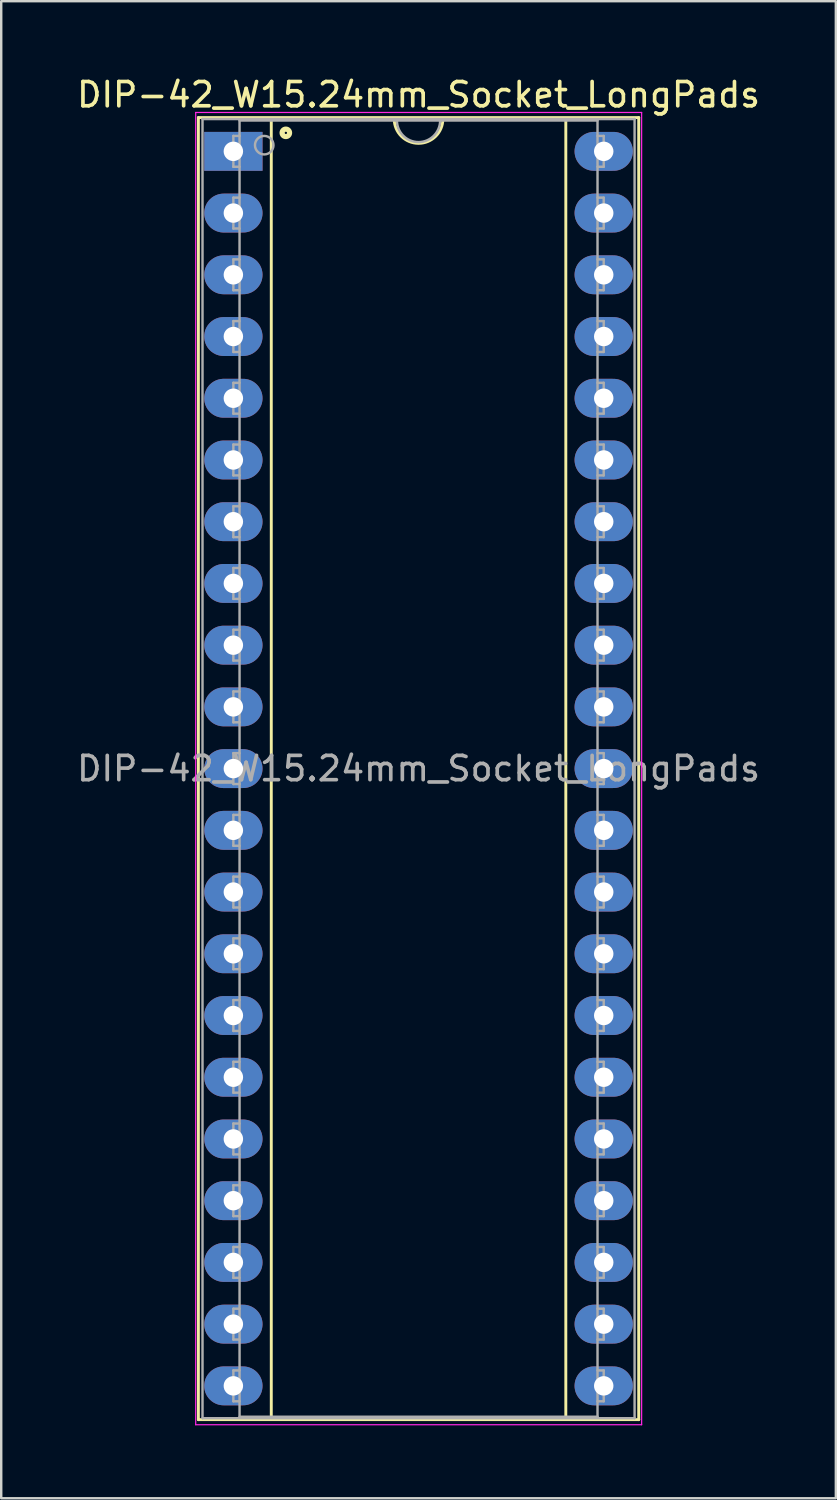
<source format=kicad_pcb>
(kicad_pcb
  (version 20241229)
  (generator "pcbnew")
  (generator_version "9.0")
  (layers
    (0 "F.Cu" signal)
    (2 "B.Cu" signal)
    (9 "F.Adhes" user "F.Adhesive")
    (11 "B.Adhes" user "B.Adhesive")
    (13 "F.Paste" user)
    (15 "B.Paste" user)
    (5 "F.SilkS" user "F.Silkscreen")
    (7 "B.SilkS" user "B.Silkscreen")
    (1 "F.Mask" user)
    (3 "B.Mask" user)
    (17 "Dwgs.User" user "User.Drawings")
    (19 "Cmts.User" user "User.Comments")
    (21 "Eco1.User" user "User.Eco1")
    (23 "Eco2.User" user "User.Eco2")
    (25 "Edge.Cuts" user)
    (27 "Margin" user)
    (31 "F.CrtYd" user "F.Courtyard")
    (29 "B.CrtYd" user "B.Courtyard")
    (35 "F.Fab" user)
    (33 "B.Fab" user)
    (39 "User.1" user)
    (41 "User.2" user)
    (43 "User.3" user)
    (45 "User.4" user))
  (footprint "DIP-42_W15.24mm_Socket_LongPads"
    (layer "F.Cu")
    (at 6.553 3.178)
    (property "Reference" "DIP-42_W15.24mm_Socket_LongPads" (at 7.62 -2.33 0) (layer "F.SilkS") (effects (font (size 1 1) (thickness 0.15))))
    (attr through_hole)
    (fp_line (start -1.44 -1.39) (end -1.44 52.19) (stroke (width 0.12) (type solid)) (layer "F.SilkS"))
    (fp_line (start -1.44 52.19) (end 16.68 52.19) (stroke (width 0.12) (type solid)) (layer "F.SilkS"))
    (fp_line (start 1.56 -1.33) (end 1.56 52.13) (stroke (width 0.12) (type solid)) (layer "F.SilkS"))
    (fp_line (start 1.56 52.13) (end 13.68 52.13) (stroke (width 0.12) (type solid)) (layer "F.SilkS"))
    (fp_line (start 6.62 -1.33) (end 1.56 -1.33) (stroke (width 0.12) (type solid)) (layer "F.SilkS"))
    (fp_line (start 13.68 -1.33) (end 8.62 -1.33) (stroke (width 0.12) (type solid)) (layer "F.SilkS"))
    (fp_line (start 13.68 52.13) (end 13.68 -1.33) (stroke (width 0.12) (type solid)) (layer "F.SilkS"))
    (fp_line (start 16.68 -1.39) (end -1.44 -1.39) (stroke (width 0.12) (type solid)) (layer "F.SilkS"))
    (fp_line (start 16.68 52.19) (end 16.68 -1.39) (stroke (width 0.12) (type solid)) (layer "F.SilkS"))
    (fp_arc (start 8.62 -1.33) (mid 7.62 -0.33) (end 6.62 -1.33) (stroke (width 0.12) (type solid)) (layer "F.SilkS"))
    (fp_circle (center 2.159 -0.762) (end 2.209 -0.762) (stroke (width 0.12) (type solid)) (fill no) (layer "F.SilkS"))
    (fp_circle (center 2.159 -0.762) (end 2.284 -0.762) (stroke (width 0.12) (type solid)) (fill no) (layer "F.SilkS"))
    (fp_circle (center 2.159 -0.762) (end 2.359 -0.762) (stroke (width 0.12) (type solid)) (fill no) (layer "F.SilkS"))
    (fp_line (start -1.55 -1.6) (end -1.55 52.4) (stroke (width 0.05) (type solid)) (layer "F.CrtYd"))
    (fp_line (start -1.55 52.4) (end 16.8 52.4) (stroke (width 0.05) (type solid)) (layer "F.CrtYd"))
    (fp_line (start 16.8 -1.6) (end -1.55 -1.6) (stroke (width 0.05) (type solid)) (layer "F.CrtYd"))
    (fp_line (start 16.8 52.4) (end 16.8 -1.6) (stroke (width 0.05) (type solid)) (layer "F.CrtYd"))
    (fp_line (start -1.27 -1.33) (end -1.27 52.13) (stroke (width 0.1) (type solid)) (layer "F.Fab"))
    (fp_line (start -1.27 52.13) (end 16.51 52.13) (stroke (width 0.1) (type solid)) (layer "F.Fab"))
    (fp_line (start 0 -0.635) (end 0 0.635) (stroke (width 0.1) (type solid)) (layer "F.Fab"))
    (fp_line (start 0 -0.635) (end 0.254 -0.635) (stroke (width 0.1) (type solid)) (layer "F.Fab"))
    (fp_line (start 0 0.635) (end 0.254 0.635) (stroke (width 0.1) (type solid)) (layer "F.Fab"))
    (fp_line (start 0 1.905) (end 0 3.175) (stroke (width 0.1) (type solid)) (layer "F.Fab"))
    (fp_line (start 0 1.905) (end 0.254 1.905) (stroke (width 0.1) (type solid)) (layer "F.Fab"))
    (fp_line (start 0 3.175) (end 0.254 3.175) (stroke (width 0.1) (type solid)) (layer "F.Fab"))
    (fp_line (start 0 4.445) (end 0 5.715) (stroke (width 0.1) (type solid)) (layer "F.Fab"))
    (fp_line (start 0 4.445) (end 0.254 4.445) (stroke (width 0.1) (type solid)) (layer "F.Fab"))
    (fp_line (start 0 5.715) (end 0.254 5.715) (stroke (width 0.1) (type solid)) (layer "F.Fab"))
    (fp_line (start 0 6.985) (end 0 8.255) (stroke (width 0.1) (type solid)) (layer "F.Fab"))
    (fp_line (start 0 6.985) (end 0.254 6.985) (stroke (width 0.1) (type solid)) (layer "F.Fab"))
    (fp_line (start 0 8.255) (end 0.254 8.255) (stroke (width 0.1) (type solid)) (layer "F.Fab"))
    (fp_line (start 0 9.525) (end 0 10.795) (stroke (width 0.1) (type solid)) (layer "F.Fab"))
    (fp_line (start 0 9.525) (end 0.254 9.525) (stroke (width 0.1) (type solid)) (layer "F.Fab"))
    (fp_line (start 0 10.795) (end 0.254 10.795) (stroke (width 0.1) (type solid)) (layer "F.Fab"))
    (fp_line (start 0 12.065) (end 0 13.335) (stroke (width 0.1) (type solid)) (layer "F.Fab"))
    (fp_line (start 0 12.065) (end 0.254 12.065) (stroke (width 0.1) (type solid)) (layer "F.Fab"))
    (fp_line (start 0 13.335) (end 0.254 13.335) (stroke (width 0.1) (type solid)) (layer "F.Fab"))
    (fp_line (start 0 14.605) (end 0 15.875) (stroke (width 0.1) (type solid)) (layer "F.Fab"))
    (fp_line (start 0 14.605) (end 0.254 14.605) (stroke (width 0.1) (type solid)) (layer "F.Fab"))
    (fp_line (start 0 15.875) (end 0.254 15.875) (stroke (width 0.1) (type solid)) (layer "F.Fab"))
    (fp_line (start 0 17.145) (end 0 18.415) (stroke (width 0.1) (type solid)) (layer "F.Fab"))
    (fp_line (start 0 17.145) (end 0.254 17.145) (stroke (width 0.1) (type solid)) (layer "F.Fab"))
    (fp_line (start 0 18.415) (end 0.254 18.415) (stroke (width 0.1) (type solid)) (layer "F.Fab"))
    (fp_line (start 0 19.685) (end 0 20.955) (stroke (width 0.1) (type solid)) (layer "F.Fab"))
    (fp_line (start 0 19.685) (end 0.254 19.685) (stroke (width 0.1) (type solid)) (layer "F.Fab"))
    (fp_line (start 0 20.955) (end 0.254 20.955) (stroke (width 0.1) (type solid)) (layer "F.Fab"))
    (fp_line (start 0 22.225) (end 0 23.495) (stroke (width 0.1) (type solid)) (layer "F.Fab"))
    (fp_line (start 0 22.225) (end 0.254 22.225) (stroke (width 0.1) (type solid)) (layer "F.Fab"))
    (fp_line (start 0 23.495) (end 0.254 23.495) (stroke (width 0.1) (type solid)) (layer "F.Fab"))
    (fp_line (start 0 24.765) (end 0 26.035) (stroke (width 0.1) (type solid)) (layer "F.Fab"))
    (fp_line (start 0 24.765) (end 0.254 24.765) (stroke (width 0.1) (type solid)) (layer "F.Fab"))
    (fp_line (start 0 26.035) (end 0.254 26.035) (stroke (width 0.1) (type solid)) (layer "F.Fab"))
    (fp_line (start 0 27.305) (end 0 28.575) (stroke (width 0.1) (type solid)) (layer "F.Fab"))
    (fp_line (start 0 27.305) (end 0.254 27.305) (stroke (width 0.1) (type solid)) (layer "F.Fab"))
    (fp_line (start 0 28.575) (end 0.254 28.575) (stroke (width 0.1) (type solid)) (layer "F.Fab"))
    (fp_line (start 0 29.845) (end 0 31.115) (stroke (width 0.1) (type solid)) (layer "F.Fab"))
    (fp_line (start 0 29.845) (end 0.254 29.845) (stroke (width 0.1) (type solid)) (layer "F.Fab"))
    (fp_line (start 0 31.115) (end 0.254 31.115) (stroke (width 0.1) (type solid)) (layer "F.Fab"))
    (fp_line (start 0 32.385) (end 0 33.655) (stroke (width 0.1) (type solid)) (layer "F.Fab"))
    (fp_line (start 0 32.385) (end 0.254 32.385) (stroke (width 0.1) (type solid)) (layer "F.Fab"))
    (fp_line (start 0 33.655) (end 0.254 33.655) (stroke (width 0.1) (type solid)) (layer "F.Fab"))
    (fp_line (start 0 34.925) (end 0 36.195) (stroke (width 0.1) (type solid)) (layer "F.Fab"))
    (fp_line (start 0 34.925) (end 0.254 34.925) (stroke (width 0.1) (type solid)) (layer "F.Fab"))
    (fp_line (start 0 36.195) (end 0.254 36.195) (stroke (width 0.1) (type solid)) (layer "F.Fab"))
    (fp_line (start 0 37.465) (end 0 38.735) (stroke (width 0.1) (type solid)) (layer "F.Fab"))
    (fp_line (start 0 37.465) (end 0.254 37.465) (stroke (width 0.1) (type solid)) (layer "F.Fab"))
    (fp_line (start 0 38.735) (end 0.254 38.735) (stroke (width 0.1) (type solid)) (layer "F.Fab"))
    (fp_line (start 0 40.005) (end 0 41.275) (stroke (width 0.1) (type solid)) (layer "F.Fab"))
    (fp_line (start 0 40.005) (end 0.254 40.005) (stroke (width 0.1) (type solid)) (layer "F.Fab"))
    (fp_line (start 0 41.275) (end 0.254 41.275) (stroke (width 0.1) (type solid)) (layer "F.Fab"))
    (fp_line (start 0 42.545) (end 0 43.815) (stroke (width 0.1) (type solid)) (layer "F.Fab"))
    (fp_line (start 0 42.545) (end 0.254 42.545) (stroke (width 0.1) (type solid)) (layer "F.Fab"))
    (fp_line (start 0 43.815) (end 0.254 43.815) (stroke (width 0.1) (type solid)) (layer "F.Fab"))
    (fp_line (start 0 45.085) (end 0 46.355) (stroke (width 0.1) (type solid)) (layer "F.Fab"))
    (fp_line (start 0 45.085) (end 0.254 45.085) (stroke (width 0.1) (type solid)) (layer "F.Fab"))
    (fp_line (start 0 46.355) (end 0.254 46.355) (stroke (width 0.1) (type solid)) (layer "F.Fab"))
    (fp_line (start 0 47.625) (end 0 48.895) (stroke (width 0.1) (type solid)) (layer "F.Fab"))
    (fp_line (start 0 47.625) (end 0.254 47.625) (stroke (width 0.1) (type solid)) (layer "F.Fab"))
    (fp_line (start 0 48.895) (end 0.254 48.895) (stroke (width 0.1) (type solid)) (layer "F.Fab"))
    (fp_line (start 0 50.165) (end 0 51.435) (stroke (width 0.1) (type solid)) (layer "F.Fab"))
    (fp_line (start 0 50.165) (end 0.254 50.165) (stroke (width 0.1) (type solid)) (layer "F.Fab"))
    (fp_line (start 0 51.435) (end 0.254 51.435) (stroke (width 0.1) (type solid)) (layer "F.Fab"))
    (fp_line (start 0.254 -1.27) (end 14.985 -1.27) (stroke (width 0.1) (type solid)) (layer "F.Fab"))
    (fp_line (start 0.255 52.07) (end 0.254 -1.27) (stroke (width 0.1) (type solid)) (layer "F.Fab"))
    (fp_line (start 14.985 -1.27) (end 14.985 52.07) (stroke (width 0.1) (type solid)) (layer "F.Fab"))
    (fp_line (start 14.985 52.07) (end 0.255 52.07) (stroke (width 0.1) (type solid)) (layer "F.Fab"))
    (fp_line (start 15.24 -0.635) (end 14.986 -0.635) (stroke (width 0.1) (type solid)) (layer "F.Fab"))
    (fp_line (start 15.24 0.635) (end 14.986 0.635) (stroke (width 0.1) (type solid)) (layer "F.Fab"))
    (fp_line (start 15.24 0.635) (end 15.24 -0.635) (stroke (width 0.1) (type solid)) (layer "F.Fab"))
    (fp_line (start 15.24 1.905) (end 14.986 1.905) (stroke (width 0.1) (type solid)) (layer "F.Fab"))
    (fp_line (start 15.24 3.175) (end 14.986 3.175) (stroke (width 0.1) (type solid)) (layer "F.Fab"))
    (fp_line (start 15.24 3.175) (end 15.24 1.905) (stroke (width 0.1) (type solid)) (layer "F.Fab"))
    (fp_line (start 15.24 4.445) (end 14.986 4.445) (stroke (width 0.1) (type solid)) (layer "F.Fab"))
    (fp_line (start 15.24 5.715) (end 14.986 5.715) (stroke (width 0.1) (type solid)) (layer "F.Fab"))
    (fp_line (start 15.24 5.715) (end 15.24 4.445) (stroke (width 0.1) (type solid)) (layer "F.Fab"))
    (fp_line (start 15.24 6.985) (end 14.986 6.985) (stroke (width 0.1) (type solid)) (layer "F.Fab"))
    (fp_line (start 15.24 8.255) (end 14.986 8.255) (stroke (width 0.1) (type solid)) (layer "F.Fab"))
    (fp_line (start 15.24 8.255) (end 15.24 6.985) (stroke (width 0.1) (type solid)) (layer "F.Fab"))
    (fp_line (start 15.24 9.525) (end 14.986 9.525) (stroke (width 0.1) (type solid)) (layer "F.Fab"))
    (fp_line (start 15.24 10.795) (end 14.986 10.795) (stroke (width 0.1) (type solid)) (layer "F.Fab"))
    (fp_line (start 15.24 10.795) (end 15.24 9.525) (stroke (width 0.1) (type solid)) (layer "F.Fab"))
    (fp_line (start 15.24 12.065) (end 14.986 12.065) (stroke (width 0.1) (type solid)) (layer "F.Fab"))
    (fp_line (start 15.24 13.335) (end 14.986 13.335) (stroke (width 0.1) (type solid)) (layer "F.Fab"))
    (fp_line (start 15.24 13.335) (end 15.24 12.065) (stroke (width 0.1) (type solid)) (layer "F.Fab"))
    (fp_line (start 15.24 14.605) (end 14.986 14.605) (stroke (width 0.1) (type solid)) (layer "F.Fab"))
    (fp_line (start 15.24 15.875) (end 14.986 15.875) (stroke (width 0.1) (type solid)) (layer "F.Fab"))
    (fp_line (start 15.24 15.875) (end 15.24 14.605) (stroke (width 0.1) (type solid)) (layer "F.Fab"))
    (fp_line (start 15.24 17.145) (end 14.986 17.145) (stroke (width 0.1) (type solid)) (layer "F.Fab"))
    (fp_line (start 15.24 18.415) (end 14.986 18.415) (stroke (width 0.1) (type solid)) (layer "F.Fab"))
    (fp_line (start 15.24 18.415) (end 15.24 17.145) (stroke (width 0.1) (type solid)) (layer "F.Fab"))
    (fp_line (start 15.24 19.685) (end 14.986 19.685) (stroke (width 0.1) (type solid)) (layer "F.Fab"))
    (fp_line (start 15.24 20.955) (end 14.986 20.955) (stroke (width 0.1) (type solid)) (layer "F.Fab"))
    (fp_line (start 15.24 20.955) (end 15.24 19.685) (stroke (width 0.1) (type solid)) (layer "F.Fab"))
    (fp_line (start 15.24 22.225) (end 14.986 22.225) (stroke (width 0.1) (type solid)) (layer "F.Fab"))
    (fp_line (start 15.24 23.495) (end 14.986 23.495) (stroke (width 0.1) (type solid)) (layer "F.Fab"))
    (fp_line (start 15.24 23.495) (end 15.24 22.225) (stroke (width 0.1) (type solid)) (layer "F.Fab"))
    (fp_line (start 15.24 24.765) (end 14.986 24.765) (stroke (width 0.1) (type solid)) (layer "F.Fab"))
    (fp_line (start 15.24 26.035) (end 14.986 26.035) (stroke (width 0.1) (type solid)) (layer "F.Fab"))
    (fp_line (start 15.24 26.035) (end 15.24 24.765) (stroke (width 0.1) (type solid)) (layer "F.Fab"))
    (fp_line (start 15.24 27.305) (end 14.986 27.305) (stroke (width 0.1) (type solid)) (layer "F.Fab"))
    (fp_line (start 15.24 28.575) (end 14.986 28.575) (stroke (width 0.1) (type solid)) (layer "F.Fab"))
    (fp_line (start 15.24 28.575) (end 15.24 27.305) (stroke (width 0.1) (type solid)) (layer "F.Fab"))
    (fp_line (start 15.24 29.845) (end 14.986 29.845) (stroke (width 0.1) (type solid)) (layer "F.Fab"))
    (fp_line (start 15.24 31.115) (end 14.986 31.115) (stroke (width 0.1) (type solid)) (layer "F.Fab"))
    (fp_line (start 15.24 31.115) (end 15.24 29.845) (stroke (width 0.1) (type solid)) (layer "F.Fab"))
    (fp_line (start 15.24 32.385) (end 14.986 32.385) (stroke (width 0.1) (type solid)) (layer "F.Fab"))
    (fp_line (start 15.24 33.655) (end 14.986 33.655) (stroke (width 0.1) (type solid)) (layer "F.Fab"))
    (fp_line (start 15.24 33.655) (end 15.24 32.385) (stroke (width 0.1) (type solid)) (layer "F.Fab"))
    (fp_line (start 15.24 34.925) (end 14.986 34.925) (stroke (width 0.1) (type solid)) (layer "F.Fab"))
    (fp_line (start 15.24 36.195) (end 14.986 36.195) (stroke (width 0.1) (type solid)) (layer "F.Fab"))
    (fp_line (start 15.24 36.195) (end 15.24 34.925) (stroke (width 0.1) (type solid)) (layer "F.Fab"))
    (fp_line (start 15.24 37.465) (end 14.986 37.465) (stroke (width 0.1) (type solid)) (layer "F.Fab"))
    (fp_line (start 15.24 38.735) (end 14.986 38.735) (stroke (width 0.1) (type solid)) (layer "F.Fab"))
    (fp_line (start 15.24 38.735) (end 15.24 37.465) (stroke (width 0.1) (type solid)) (layer "F.Fab"))
    (fp_line (start 15.24 40.005) (end 14.986 40.005) (stroke (width 0.1) (type solid)) (layer "F.Fab"))
    (fp_line (start 15.24 41.275) (end 14.986 41.275) (stroke (width 0.1) (type solid)) (layer "F.Fab"))
    (fp_line (start 15.24 41.275) (end 15.24 40.005) (stroke (width 0.1) (type solid)) (layer "F.Fab"))
    (fp_line (start 15.24 42.545) (end 14.986 42.545) (stroke (width 0.1) (type solid)) (layer "F.Fab"))
    (fp_line (start 15.24 43.815) (end 14.986 43.815) (stroke (width 0.1) (type solid)) (layer "F.Fab"))
    (fp_line (start 15.24 43.815) (end 15.24 42.545) (stroke (width 0.1) (type solid)) (layer "F.Fab"))
    (fp_line (start 15.24 45.085) (end 14.986 45.085) (stroke (width 0.1) (type solid)) (layer "F.Fab"))
    (fp_line (start 15.24 46.355) (end 14.986 46.355) (stroke (width 0.1) (type solid)) (layer "F.Fab"))
    (fp_line (start 15.24 46.355) (end 15.24 45.085) (stroke (width 0.1) (type solid)) (layer "F.Fab"))
    (fp_line (start 15.24 47.625) (end 14.986 47.625) (stroke (width 0.1) (type solid)) (layer "F.Fab"))
    (fp_line (start 15.24 48.895) (end 14.986 48.895) (stroke (width 0.1) (type solid)) (layer "F.Fab"))
    (fp_line (start 15.24 48.895) (end 15.24 47.625) (stroke (width 0.1) (type solid)) (layer "F.Fab"))
    (fp_line (start 15.24 50.165) (end 14.986 50.165) (stroke (width 0.1) (type solid)) (layer "F.Fab"))
    (fp_line (start 15.24 51.435) (end 14.986 51.435) (stroke (width 0.1) (type solid)) (layer "F.Fab"))
    (fp_line (start 15.24 51.435) (end 15.24 50.165) (stroke (width 0.1) (type solid)) (layer "F.Fab"))
    (fp_line (start 16.51 -1.33) (end -1.27 -1.33) (stroke (width 0.1) (type solid)) (layer "F.Fab"))
    (fp_line (start 16.51 52.13) (end 16.51 -1.33) (stroke (width 0.1) (type solid)) (layer "F.Fab"))
    (fp_arc (start 8.509 -1.27) (mid 7.62 -0.381) (end 6.731 -1.27) (stroke (width 0.1) (type solid)) (layer "F.Fab"))
    (fp_circle (center 1.27 -0.254) (end 1.651 -0.254) (stroke (width 0.1) (type solid)) (fill no) (layer "F.Fab"))
    (fp_text user "${REFERENCE}" (at 7.62 25.4 0) (layer "F.Fab") (effects (font (size 1 1) (thickness 0.15))))
    (pad "1" thru_hole rect (at 0 0) (size 2.4 1.6) (drill 0.8) (layers "*.Cu" "*.Mask"))
    (pad "2" thru_hole oval (at 0 2.54) (size 2.4 1.6) (drill 0.8) (layers "*.Cu" "*.Mask"))
    (pad "3" thru_hole oval (at 0 5.08) (size 2.4 1.6) (drill 0.8) (layers "*.Cu" "*.Mask"))
    (pad "4" thru_hole oval (at 0 7.62) (size 2.4 1.6) (drill 0.8) (layers "*.Cu" "*.Mask"))
    (pad "5" thru_hole oval (at 0 10.16) (size 2.4 1.6) (drill 0.8) (layers "*.Cu" "*.Mask"))
    (pad "6" thru_hole oval (at 0 12.7) (size 2.4 1.6) (drill 0.8) (layers "*.Cu" "*.Mask"))
    (pad "7" thru_hole oval (at 0 15.24) (size 2.4 1.6) (drill 0.8) (layers "*.Cu" "*.Mask"))
    (pad "8" thru_hole oval (at 0 17.78) (size 2.4 1.6) (drill 0.8) (layers "*.Cu" "*.Mask"))
    (pad "9" thru_hole oval (at 0 20.32) (size 2.4 1.6) (drill 0.8) (layers "*.Cu" "*.Mask"))
    (pad "10" thru_hole oval (at 0 22.86) (size 2.4 1.6) (drill 0.8) (layers "*.Cu" "*.Mask"))
    (pad "11" thru_hole oval (at 0 25.4) (size 2.4 1.6) (drill 0.8) (layers "*.Cu" "*.Mask"))
    (pad "12" thru_hole oval (at 0 27.94) (size 2.4 1.6) (drill 0.8) (layers "*.Cu" "*.Mask"))
    (pad "13" thru_hole oval (at 0 30.48) (size 2.4 1.6) (drill 0.8) (layers "*.Cu" "*.Mask"))
    (pad "14" thru_hole oval (at 0 33.02) (size 2.4 1.6) (drill 0.8) (layers "*.Cu" "*.Mask"))
    (pad "15" thru_hole oval (at 0 35.56) (size 2.4 1.6) (drill 0.8) (layers "*.Cu" "*.Mask"))
    (pad "16" thru_hole oval (at 0 38.1) (size 2.4 1.6) (drill 0.8) (layers "*.Cu" "*.Mask"))
    (pad "17" thru_hole oval (at 0 40.64) (size 2.4 1.6) (drill 0.8) (layers "*.Cu" "*.Mask"))
    (pad "18" thru_hole oval (at 0 43.18) (size 2.4 1.6) (drill 0.8) (layers "*.Cu" "*.Mask"))
    (pad "19" thru_hole oval (at 0 45.72) (size 2.4 1.6) (drill 0.8) (layers "*.Cu" "*.Mask"))
    (pad "20" thru_hole oval (at 0 48.26) (size 2.4 1.6) (drill 0.8) (layers "*.Cu" "*.Mask"))
    (pad "21" thru_hole oval (at 0 50.8) (size 2.4 1.6) (drill 0.8) (layers "*.Cu" "*.Mask"))
    (pad "22" thru_hole oval (at 15.24 50.8) (size 2.4 1.6) (drill 0.8) (layers "*.Cu" "*.Mask"))
    (pad "23" thru_hole oval (at 15.24 48.26) (size 2.4 1.6) (drill 0.8) (layers "*.Cu" "*.Mask"))
    (pad "24" thru_hole oval (at 15.24 45.72) (size 2.4 1.6) (drill 0.8) (layers "*.Cu" "*.Mask"))
    (pad "25" thru_hole oval (at 15.24 43.18) (size 2.4 1.6) (drill 0.8) (layers "*.Cu" "*.Mask"))
    (pad "26" thru_hole oval (at 15.24 40.64) (size 2.4 1.6) (drill 0.8) (layers "*.Cu" "*.Mask"))
    (pad "27" thru_hole oval (at 15.24 38.1) (size 2.4 1.6) (drill 0.8) (layers "*.Cu" "*.Mask"))
    (pad "28" thru_hole oval (at 15.24 35.56) (size 2.4 1.6) (drill 0.8) (layers "*.Cu" "*.Mask"))
    (pad "29" thru_hole oval (at 15.24 33.02) (size 2.4 1.6) (drill 0.8) (layers "*.Cu" "*.Mask"))
    (pad "30" thru_hole oval (at 15.24 30.48) (size 2.4 1.6) (drill 0.8) (layers "*.Cu" "*.Mask"))
    (pad "31" thru_hole oval (at 15.24 27.94) (size 2.4 1.6) (drill 0.8) (layers "*.Cu" "*.Mask"))
    (pad "32" thru_hole oval (at 15.24 25.4) (size 2.4 1.6) (drill 0.8) (layers "*.Cu" "*.Mask"))
    (pad "33" thru_hole oval (at 15.24 22.86) (size 2.4 1.6) (drill 0.8) (layers "*.Cu" "*.Mask"))
    (pad "34" thru_hole oval (at 15.24 20.32) (size 2.4 1.6) (drill 0.8) (layers "*.Cu" "*.Mask"))
    (pad "35" thru_hole oval (at 15.24 17.78) (size 2.4 1.6) (drill 0.8) (layers "*.Cu" "*.Mask"))
    (pad "36" thru_hole oval (at 15.24 15.24) (size 2.4 1.6) (drill 0.8) (layers "*.Cu" "*.Mask"))
    (pad "37" thru_hole oval (at 15.24 12.7) (size 2.4 1.6) (drill 0.8) (layers "*.Cu" "*.Mask"))
    (pad "38" thru_hole oval (at 15.24 10.16) (size 2.4 1.6) (drill 0.8) (layers "*.Cu" "*.Mask"))
    (pad "39" thru_hole oval (at 15.24 7.62) (size 2.4 1.6) (drill 0.8) (layers "*.Cu" "*.Mask"))
    (pad "40" thru_hole oval (at 15.24 5.08) (size 2.4 1.6) (drill 0.8) (layers "*.Cu" "*.Mask"))
    (pad "41" thru_hole oval (at 15.24 2.54) (size 2.4 1.6) (drill 0.8) (layers "*.Cu" "*.Mask"))
    (pad "42" thru_hole oval (at 15.24 0) (size 2.4 1.6) (drill 0.8) (layers "*.Cu" "*.Mask")))
  (gr_rect
    (start -3 -3)
    (end 31.345 58.603)
    (stroke (width 0.1) (type default))
    (fill no)
    (layer "Edge.Cuts")))
</source>
